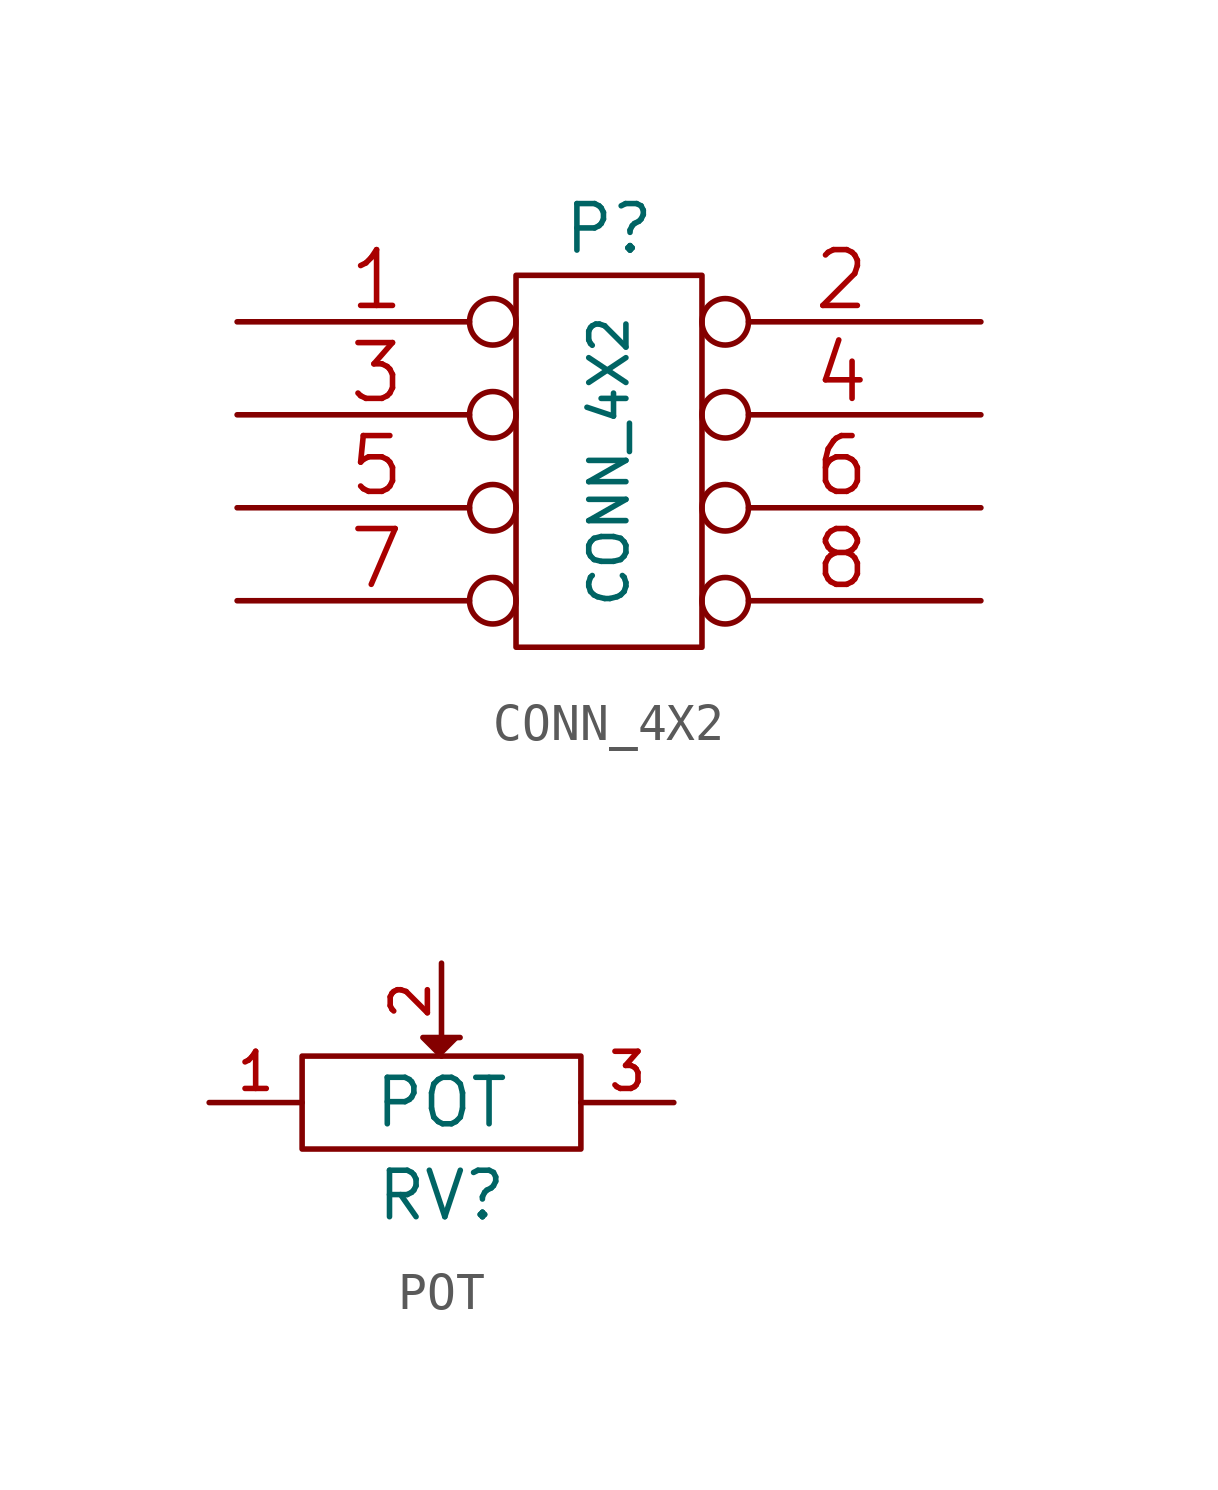
<source format=kicad_sym>
(kicad_symbol_lib
  (version 20211014)
  (generator kicad_symbol_editor)
  (symbol "CONN_4X2"
    (pin_names
      (offset 1.016) hide)
    (property "Reference" "P"
      (at 0 6.35 0)
      (effects (font (size 1.27 1.27))))
    (property "Value" "CONN_4X2"
      (at 0 0 90)
      (effects (font (size 1.016 1.016))))
    (property "Footprint" ""
      (at 0 0 0)
      (effects (font (size 1.524 1.524))))
    (property "Datasheet" ""
      (at 0 0 0)
      (effects (font (size 1.524 1.524))))
    (symbol "CONN_4X2_0_1"
      (rectangle (start -2.54 5.08) (end 2.54 -5.08) (stroke (width 0) (type default) (color 0 0 0 0)) (fill (type none))))
    (symbol "CONN_4X2_1_1"
      (pin passive inverted (at -10.16 3.81 0) (length 7.62) (name "1" (effects (font (size 1.524 1.524)))) (number "1" (effects (font (size 1.524 1.524)))))
      (pin passive inverted (at 10.16 3.81 180) (length 7.62) (name "2" (effects (font (size 1.524 1.524)))) (number "2" (effects (font (size 1.524 1.524)))))
      (pin passive inverted (at -10.16 1.27 0) (length 7.62) (name "3" (effects (font (size 1.524 1.524)))) (number "3" (effects (font (size 1.524 1.524)))))
      (pin passive inverted (at 10.16 1.27 180) (length 7.62) (name "4" (effects (font (size 1.524 1.524)))) (number "4" (effects (font (size 1.524 1.524)))))
      (pin passive inverted (at -10.16 -1.27 0) (length 7.62) (name "5" (effects (font (size 1.524 1.524)))) (number "5" (effects (font (size 1.524 1.524)))))
      (pin passive inverted (at 10.16 -1.27 180) (length 7.62) (name "6" (effects (font (size 1.524 1.524)))) (number "6" (effects (font (size 1.524 1.524)))))
      (pin passive inverted (at -10.16 -3.81 0) (length 7.62) (name "7" (effects (font (size 1.524 1.524)))) (number "7" (effects (font (size 1.524 1.524)))))
      (pin passive inverted (at 10.16 -3.81 180) (length 7.62) (name "8" (effects (font (size 1.524 1.524)))) (number "8" (effects (font (size 1.524 1.524)))))))
  (symbol "POT"
    (pin_names
      (offset 1.016) hide)
    (property "Reference" "RV"
      (at 0 -2.54 0)
      (effects (font (size 1.27 1.27))))
    (property "Value" "POT"
      (at 0 0 0)
      (effects (font (size 1.27 1.27))))
    (property "Footprint" ""
      (at 0 0 0)
      (effects (font (size 1.27 1.27))))
    (property "Datasheet" ""
      (at 0 0 0)
      (effects (font (size 1.27 1.27))))
    (symbol "POT_0_1"
      (rectangle (start -3.81 1.27) (end 3.81 -1.27) (stroke (width 0) (type default) (color 0 0 0 0)) (fill (type none)))
      (polyline (pts (xy 0 1.27) (xy -0.508 1.778) (xy 0.508 1.778)) (stroke (width 0) (type default) (color 0 0 0 0)) (fill (type outline))))
    (symbol "POT_1_1"
      (pin passive line (at -6.35 0 0) (length 2.54) (name "1" (effects (font (size 1.016 1.016)))) (number "1" (effects (font (size 1.016 1.016)))))
      (pin passive line (at 0 3.81 270) (length 2.032) (name "2" (effects (font (size 1.016 1.016)))) (number "2" (effects (font (size 1.016 1.016)))))
      (pin passive line (at 6.35 0 180) (length 2.54) (name "3" (effects (font (size 1.016 1.016)))) (number "3" (effects (font (size 1.016 1.016))))))))
</source>
